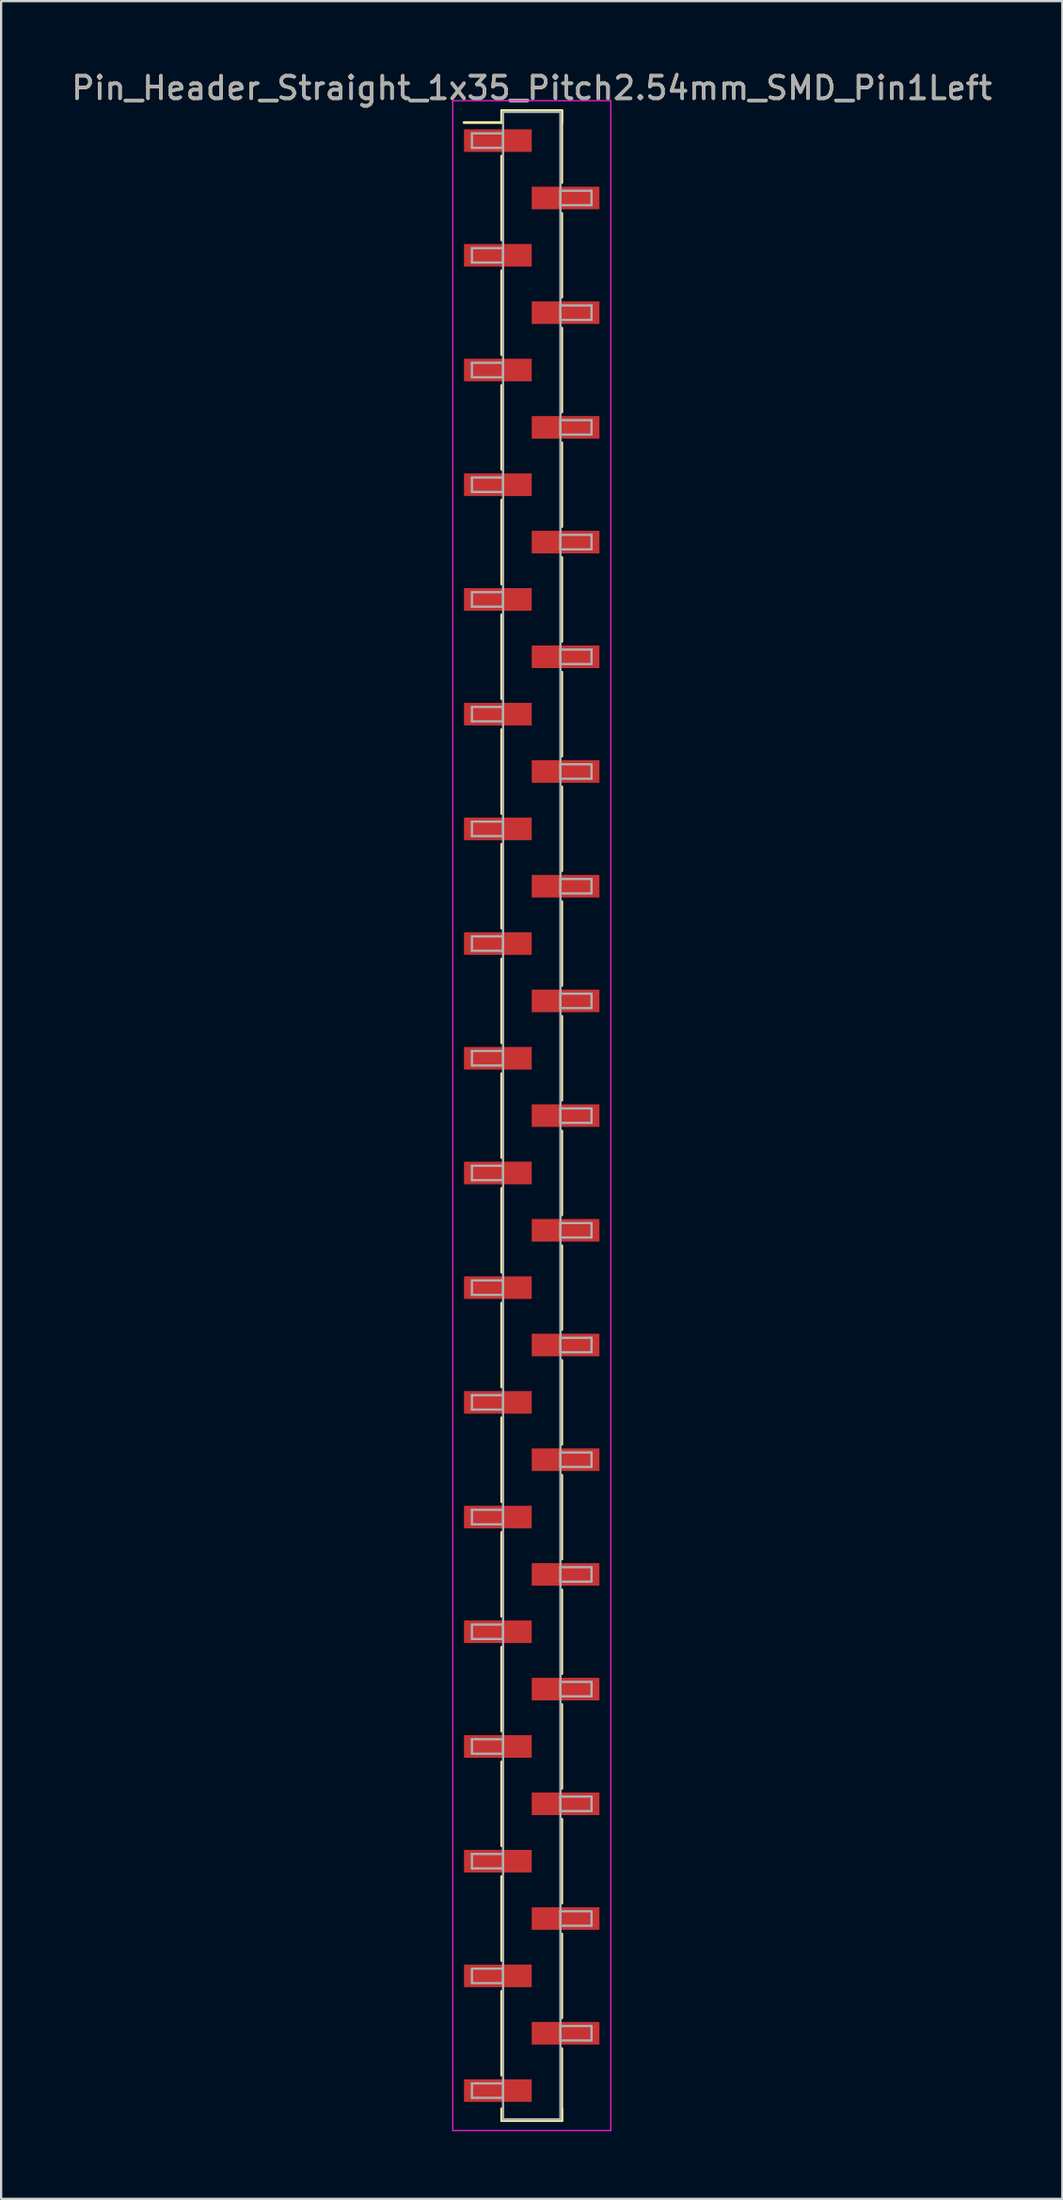
<source format=kicad_pcb>
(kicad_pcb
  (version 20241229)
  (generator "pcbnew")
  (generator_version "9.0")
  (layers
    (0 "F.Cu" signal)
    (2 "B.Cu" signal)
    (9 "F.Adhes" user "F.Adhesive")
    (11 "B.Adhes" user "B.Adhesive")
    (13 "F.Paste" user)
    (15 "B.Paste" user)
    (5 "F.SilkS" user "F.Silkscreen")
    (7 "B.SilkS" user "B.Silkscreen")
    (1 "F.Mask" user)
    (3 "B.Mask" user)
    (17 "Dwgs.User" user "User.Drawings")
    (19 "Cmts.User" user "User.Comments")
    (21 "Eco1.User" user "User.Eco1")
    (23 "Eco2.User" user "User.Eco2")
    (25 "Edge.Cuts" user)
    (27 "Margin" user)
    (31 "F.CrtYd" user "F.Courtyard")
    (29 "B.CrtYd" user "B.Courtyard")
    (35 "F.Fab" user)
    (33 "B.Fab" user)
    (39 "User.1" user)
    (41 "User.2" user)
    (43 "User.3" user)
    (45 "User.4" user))
  (footprint "Pin_Header_Straight_1x35_Pitch2.54mm_SMD_Pin1Left"
    (layer "F.Cu")
    (at 20.506 46.358)
    (property "Reference" "Pin_Header_Straight_1x35_Pitch2.54mm_SMD_Pin1Left" (at 0 -45.51 0) (layer "F.SilkS") (effects (font (size 1 1) (thickness 0.15))))
    (attr smd)
    (fp_line (start -1.33 -44.51) (end 1.33 -44.51) (stroke (width 0.12) (type solid)) (layer "F.SilkS"))
    (fp_line (start -1.33 -43.98) (end -3 -43.98) (stroke (width 0.12) (type solid)) (layer "F.SilkS"))
    (fp_line (start -1.33 -43.98) (end -1.33 -44.51) (stroke (width 0.12) (type solid)) (layer "F.SilkS"))
    (fp_line (start -1.33 -42.5) (end -1.33 -38.78) (stroke (width 0.12) (type solid)) (layer "F.SilkS"))
    (fp_line (start -1.33 -37.42) (end -1.33 -33.7) (stroke (width 0.12) (type solid)) (layer "F.SilkS"))
    (fp_line (start -1.33 -32.34) (end -1.33 -28.62) (stroke (width 0.12) (type solid)) (layer "F.SilkS"))
    (fp_line (start -1.33 -27.26) (end -1.33 -23.54) (stroke (width 0.12) (type solid)) (layer "F.SilkS"))
    (fp_line (start -1.33 -22.18) (end -1.33 -18.46) (stroke (width 0.12) (type solid)) (layer "F.SilkS"))
    (fp_line (start -1.33 -17.1) (end -1.33 -13.38) (stroke (width 0.12) (type solid)) (layer "F.SilkS"))
    (fp_line (start -1.33 -12.02) (end -1.33 -8.3) (stroke (width 0.12) (type solid)) (layer "F.SilkS"))
    (fp_line (start -1.33 -6.94) (end -1.33 -3.22) (stroke (width 0.12) (type solid)) (layer "F.SilkS"))
    (fp_line (start -1.33 -1.86) (end -1.33 1.86) (stroke (width 0.12) (type solid)) (layer "F.SilkS"))
    (fp_line (start -1.33 3.22) (end -1.33 6.94) (stroke (width 0.12) (type solid)) (layer "F.SilkS"))
    (fp_line (start -1.33 8.3) (end -1.33 12.02) (stroke (width 0.12) (type solid)) (layer "F.SilkS"))
    (fp_line (start -1.33 13.38) (end -1.33 17.1) (stroke (width 0.12) (type solid)) (layer "F.SilkS"))
    (fp_line (start -1.33 18.46) (end -1.33 22.18) (stroke (width 0.12) (type solid)) (layer "F.SilkS"))
    (fp_line (start -1.33 23.54) (end -1.33 27.26) (stroke (width 0.12) (type solid)) (layer "F.SilkS"))
    (fp_line (start -1.33 28.62) (end -1.33 32.34) (stroke (width 0.12) (type solid)) (layer "F.SilkS"))
    (fp_line (start -1.33 33.7) (end -1.33 37.42) (stroke (width 0.12) (type solid)) (layer "F.SilkS"))
    (fp_line (start -1.33 38.78) (end -1.33 42.5) (stroke (width 0.12) (type solid)) (layer "F.SilkS"))
    (fp_line (start -1.33 43.98) (end -1.33 44.51) (stroke (width 0.12) (type solid)) (layer "F.SilkS"))
    (fp_line (start -1.33 44.51) (end 1.33 44.51) (stroke (width 0.12) (type solid)) (layer "F.SilkS"))
    (fp_line (start 1.33 -44.51) (end 1.33 -43.98) (stroke (width 0.12) (type solid)) (layer "F.SilkS"))
    (fp_line (start 1.33 -44.51) (end 1.33 -41.32) (stroke (width 0.12) (type solid)) (layer "F.SilkS"))
    (fp_line (start 1.33 -39.96) (end 1.33 -36.24) (stroke (width 0.12) (type solid)) (layer "F.SilkS"))
    (fp_line (start 1.33 -34.88) (end 1.33 -31.16) (stroke (width 0.12) (type solid)) (layer "F.SilkS"))
    (fp_line (start 1.33 -29.8) (end 1.33 -26.08) (stroke (width 0.12) (type solid)) (layer "F.SilkS"))
    (fp_line (start 1.33 -24.72) (end 1.33 -21) (stroke (width 0.12) (type solid)) (layer "F.SilkS"))
    (fp_line (start 1.33 -19.64) (end 1.33 -15.92) (stroke (width 0.12) (type solid)) (layer "F.SilkS"))
    (fp_line (start 1.33 -14.56) (end 1.33 -10.84) (stroke (width 0.12) (type solid)) (layer "F.SilkS"))
    (fp_line (start 1.33 -9.48) (end 1.33 -5.76) (stroke (width 0.12) (type solid)) (layer "F.SilkS"))
    (fp_line (start 1.33 -4.4) (end 1.33 -0.68) (stroke (width 0.12) (type solid)) (layer "F.SilkS"))
    (fp_line (start 1.33 0.68) (end 1.33 4.4) (stroke (width 0.12) (type solid)) (layer "F.SilkS"))
    (fp_line (start 1.33 5.76) (end 1.33 9.48) (stroke (width 0.12) (type solid)) (layer "F.SilkS"))
    (fp_line (start 1.33 10.84) (end 1.33 14.56) (stroke (width 0.12) (type solid)) (layer "F.SilkS"))
    (fp_line (start 1.33 15.92) (end 1.33 19.64) (stroke (width 0.12) (type solid)) (layer "F.SilkS"))
    (fp_line (start 1.33 21) (end 1.33 24.72) (stroke (width 0.12) (type solid)) (layer "F.SilkS"))
    (fp_line (start 1.33 26.08) (end 1.33 29.8) (stroke (width 0.12) (type solid)) (layer "F.SilkS"))
    (fp_line (start 1.33 31.16) (end 1.33 34.88) (stroke (width 0.12) (type solid)) (layer "F.SilkS"))
    (fp_line (start 1.33 36.24) (end 1.33 39.96) (stroke (width 0.12) (type solid)) (layer "F.SilkS"))
    (fp_line (start 1.33 41.32) (end 1.33 44.51) (stroke (width 0.12) (type solid)) (layer "F.SilkS"))
    (fp_line (start 1.33 44.51) (end 1.33 43.98) (stroke (width 0.12) (type solid)) (layer "F.SilkS"))
    (fp_line (start -3.5 -44.95) (end -3.5 44.95) (stroke (width 0.05) (type solid)) (layer "F.CrtYd"))
    (fp_line (start -3.5 44.95) (end 3.5 44.95) (stroke (width 0.05) (type solid)) (layer "F.CrtYd"))
    (fp_line (start 3.5 -44.95) (end -3.5 -44.95) (stroke (width 0.05) (type solid)) (layer "F.CrtYd"))
    (fp_line (start 3.5 44.95) (end 3.5 -44.95) (stroke (width 0.05) (type solid)) (layer "F.CrtYd"))
    (fp_line (start -2.65 -43.5) (end -1.27 -43.5) (stroke (width 0.1) (type solid)) (layer "F.Fab"))
    (fp_line (start -2.65 -42.86) (end -2.65 -43.5) (stroke (width 0.1) (type solid)) (layer "F.Fab"))
    (fp_line (start -2.65 -38.42) (end -1.27 -38.42) (stroke (width 0.1) (type solid)) (layer "F.Fab"))
    (fp_line (start -2.65 -37.78) (end -2.65 -38.42) (stroke (width 0.1) (type solid)) (layer "F.Fab"))
    (fp_line (start -2.65 -33.34) (end -1.27 -33.34) (stroke (width 0.1) (type solid)) (layer "F.Fab"))
    (fp_line (start -2.65 -32.7) (end -2.65 -33.34) (stroke (width 0.1) (type solid)) (layer "F.Fab"))
    (fp_line (start -2.65 -28.26) (end -1.27 -28.26) (stroke (width 0.1) (type solid)) (layer "F.Fab"))
    (fp_line (start -2.65 -27.62) (end -2.65 -28.26) (stroke (width 0.1) (type solid)) (layer "F.Fab"))
    (fp_line (start -2.65 -23.18) (end -1.27 -23.18) (stroke (width 0.1) (type solid)) (layer "F.Fab"))
    (fp_line (start -2.65 -22.54) (end -2.65 -23.18) (stroke (width 0.1) (type solid)) (layer "F.Fab"))
    (fp_line (start -2.65 -18.1) (end -1.27 -18.1) (stroke (width 0.1) (type solid)) (layer "F.Fab"))
    (fp_line (start -2.65 -17.46) (end -2.65 -18.1) (stroke (width 0.1) (type solid)) (layer "F.Fab"))
    (fp_line (start -2.65 -13.02) (end -1.27 -13.02) (stroke (width 0.1) (type solid)) (layer "F.Fab"))
    (fp_line (start -2.65 -12.38) (end -2.65 -13.02) (stroke (width 0.1) (type solid)) (layer "F.Fab"))
    (fp_line (start -2.65 -7.94) (end -1.27 -7.94) (stroke (width 0.1) (type solid)) (layer "F.Fab"))
    (fp_line (start -2.65 -7.3) (end -2.65 -7.94) (stroke (width 0.1) (type solid)) (layer "F.Fab"))
    (fp_line (start -2.65 -2.86) (end -1.27 -2.86) (stroke (width 0.1) (type solid)) (layer "F.Fab"))
    (fp_line (start -2.65 -2.22) (end -2.65 -2.86) (stroke (width 0.1) (type solid)) (layer "F.Fab"))
    (fp_line (start -2.65 2.22) (end -1.27 2.22) (stroke (width 0.1) (type solid)) (layer "F.Fab"))
    (fp_line (start -2.65 2.86) (end -2.65 2.22) (stroke (width 0.1) (type solid)) (layer "F.Fab"))
    (fp_line (start -2.65 7.3) (end -1.27 7.3) (stroke (width 0.1) (type solid)) (layer "F.Fab"))
    (fp_line (start -2.65 7.94) (end -2.65 7.3) (stroke (width 0.1) (type solid)) (layer "F.Fab"))
    (fp_line (start -2.65 12.38) (end -1.27 12.38) (stroke (width 0.1) (type solid)) (layer "F.Fab"))
    (fp_line (start -2.65 13.02) (end -2.65 12.38) (stroke (width 0.1) (type solid)) (layer "F.Fab"))
    (fp_line (start -2.65 17.46) (end -1.27 17.46) (stroke (width 0.1) (type solid)) (layer "F.Fab"))
    (fp_line (start -2.65 18.1) (end -2.65 17.46) (stroke (width 0.1) (type solid)) (layer "F.Fab"))
    (fp_line (start -2.65 22.54) (end -1.27 22.54) (stroke (width 0.1) (type solid)) (layer "F.Fab"))
    (fp_line (start -2.65 23.18) (end -2.65 22.54) (stroke (width 0.1) (type solid)) (layer "F.Fab"))
    (fp_line (start -2.65 27.62) (end -1.27 27.62) (stroke (width 0.1) (type solid)) (layer "F.Fab"))
    (fp_line (start -2.65 28.26) (end -2.65 27.62) (stroke (width 0.1) (type solid)) (layer "F.Fab"))
    (fp_line (start -2.65 32.7) (end -1.27 32.7) (stroke (width 0.1) (type solid)) (layer "F.Fab"))
    (fp_line (start -2.65 33.34) (end -2.65 32.7) (stroke (width 0.1) (type solid)) (layer "F.Fab"))
    (fp_line (start -2.65 37.78) (end -1.27 37.78) (stroke (width 0.1) (type solid)) (layer "F.Fab"))
    (fp_line (start -2.65 38.42) (end -2.65 37.78) (stroke (width 0.1) (type solid)) (layer "F.Fab"))
    (fp_line (start -2.65 42.86) (end -1.27 42.86) (stroke (width 0.1) (type solid)) (layer "F.Fab"))
    (fp_line (start -2.65 43.5) (end -2.65 42.86) (stroke (width 0.1) (type solid)) (layer "F.Fab"))
    (fp_line (start -1.27 -44.45) (end -1.27 44.45) (stroke (width 0.1) (type solid)) (layer "F.Fab"))
    (fp_line (start -1.27 -43.5) (end -1.27 -42.86) (stroke (width 0.1) (type solid)) (layer "F.Fab"))
    (fp_line (start -1.27 -42.86) (end -2.65 -42.86) (stroke (width 0.1) (type solid)) (layer "F.Fab"))
    (fp_line (start -1.27 -38.42) (end -1.27 -37.78) (stroke (width 0.1) (type solid)) (layer "F.Fab"))
    (fp_line (start -1.27 -37.78) (end -2.65 -37.78) (stroke (width 0.1) (type solid)) (layer "F.Fab"))
    (fp_line (start -1.27 -33.34) (end -1.27 -32.7) (stroke (width 0.1) (type solid)) (layer "F.Fab"))
    (fp_line (start -1.27 -32.7) (end -2.65 -32.7) (stroke (width 0.1) (type solid)) (layer "F.Fab"))
    (fp_line (start -1.27 -28.26) (end -1.27 -27.62) (stroke (width 0.1) (type solid)) (layer "F.Fab"))
    (fp_line (start -1.27 -27.62) (end -2.65 -27.62) (stroke (width 0.1) (type solid)) (layer "F.Fab"))
    (fp_line (start -1.27 -23.18) (end -1.27 -22.54) (stroke (width 0.1) (type solid)) (layer "F.Fab"))
    (fp_line (start -1.27 -22.54) (end -2.65 -22.54) (stroke (width 0.1) (type solid)) (layer "F.Fab"))
    (fp_line (start -1.27 -18.1) (end -1.27 -17.46) (stroke (width 0.1) (type solid)) (layer "F.Fab"))
    (fp_line (start -1.27 -17.46) (end -2.65 -17.46) (stroke (width 0.1) (type solid)) (layer "F.Fab"))
    (fp_line (start -1.27 -13.02) (end -1.27 -12.38) (stroke (width 0.1) (type solid)) (layer "F.Fab"))
    (fp_line (start -1.27 -12.38) (end -2.65 -12.38) (stroke (width 0.1) (type solid)) (layer "F.Fab"))
    (fp_line (start -1.27 -7.94) (end -1.27 -7.3) (stroke (width 0.1) (type solid)) (layer "F.Fab"))
    (fp_line (start -1.27 -7.3) (end -2.65 -7.3) (stroke (width 0.1) (type solid)) (layer "F.Fab"))
    (fp_line (start -1.27 -2.86) (end -1.27 -2.22) (stroke (width 0.1) (type solid)) (layer "F.Fab"))
    (fp_line (start -1.27 -2.22) (end -2.65 -2.22) (stroke (width 0.1) (type solid)) (layer "F.Fab"))
    (fp_line (start -1.27 2.22) (end -1.27 2.86) (stroke (width 0.1) (type solid)) (layer "F.Fab"))
    (fp_line (start -1.27 2.86) (end -2.65 2.86) (stroke (width 0.1) (type solid)) (layer "F.Fab"))
    (fp_line (start -1.27 7.3) (end -1.27 7.94) (stroke (width 0.1) (type solid)) (layer "F.Fab"))
    (fp_line (start -1.27 7.94) (end -2.65 7.94) (stroke (width 0.1) (type solid)) (layer "F.Fab"))
    (fp_line (start -1.27 12.38) (end -1.27 13.02) (stroke (width 0.1) (type solid)) (layer "F.Fab"))
    (fp_line (start -1.27 13.02) (end -2.65 13.02) (stroke (width 0.1) (type solid)) (layer "F.Fab"))
    (fp_line (start -1.27 17.46) (end -1.27 18.1) (stroke (width 0.1) (type solid)) (layer "F.Fab"))
    (fp_line (start -1.27 18.1) (end -2.65 18.1) (stroke (width 0.1) (type solid)) (layer "F.Fab"))
    (fp_line (start -1.27 22.54) (end -1.27 23.18) (stroke (width 0.1) (type solid)) (layer "F.Fab"))
    (fp_line (start -1.27 23.18) (end -2.65 23.18) (stroke (width 0.1) (type solid)) (layer "F.Fab"))
    (fp_line (start -1.27 27.62) (end -1.27 28.26) (stroke (width 0.1) (type solid)) (layer "F.Fab"))
    (fp_line (start -1.27 28.26) (end -2.65 28.26) (stroke (width 0.1) (type solid)) (layer "F.Fab"))
    (fp_line (start -1.27 32.7) (end -1.27 33.34) (stroke (width 0.1) (type solid)) (layer "F.Fab"))
    (fp_line (start -1.27 33.34) (end -2.65 33.34) (stroke (width 0.1) (type solid)) (layer "F.Fab"))
    (fp_line (start -1.27 37.78) (end -1.27 38.42) (stroke (width 0.1) (type solid)) (layer "F.Fab"))
    (fp_line (start -1.27 38.42) (end -2.65 38.42) (stroke (width 0.1) (type solid)) (layer "F.Fab"))
    (fp_line (start -1.27 42.86) (end -1.27 43.5) (stroke (width 0.1) (type solid)) (layer "F.Fab"))
    (fp_line (start -1.27 43.5) (end -2.65 43.5) (stroke (width 0.1) (type solid)) (layer "F.Fab"))
    (fp_line (start -1.27 44.45) (end 1.27 44.45) (stroke (width 0.1) (type solid)) (layer "F.Fab"))
    (fp_line (start 1.27 -44.45) (end -1.27 -44.45) (stroke (width 0.1) (type solid)) (layer "F.Fab"))
    (fp_line (start 1.27 -40.96) (end 1.27 -40.32) (stroke (width 0.1) (type solid)) (layer "F.Fab"))
    (fp_line (start 1.27 -40.32) (end 2.65 -40.32) (stroke (width 0.1) (type solid)) (layer "F.Fab"))
    (fp_line (start 1.27 -35.88) (end 1.27 -35.24) (stroke (width 0.1) (type solid)) (layer "F.Fab"))
    (fp_line (start 1.27 -35.24) (end 2.65 -35.24) (stroke (width 0.1) (type solid)) (layer "F.Fab"))
    (fp_line (start 1.27 -30.8) (end 1.27 -30.16) (stroke (width 0.1) (type solid)) (layer "F.Fab"))
    (fp_line (start 1.27 -30.16) (end 2.65 -30.16) (stroke (width 0.1) (type solid)) (layer "F.Fab"))
    (fp_line (start 1.27 -25.72) (end 1.27 -25.08) (stroke (width 0.1) (type solid)) (layer "F.Fab"))
    (fp_line (start 1.27 -25.08) (end 2.65 -25.08) (stroke (width 0.1) (type solid)) (layer "F.Fab"))
    (fp_line (start 1.27 -20.64) (end 1.27 -20) (stroke (width 0.1) (type solid)) (layer "F.Fab"))
    (fp_line (start 1.27 -20) (end 2.65 -20) (stroke (width 0.1) (type solid)) (layer "F.Fab"))
    (fp_line (start 1.27 -15.56) (end 1.27 -14.92) (stroke (width 0.1) (type solid)) (layer "F.Fab"))
    (fp_line (start 1.27 -14.92) (end 2.65 -14.92) (stroke (width 0.1) (type solid)) (layer "F.Fab"))
    (fp_line (start 1.27 -10.48) (end 1.27 -9.84) (stroke (width 0.1) (type solid)) (layer "F.Fab"))
    (fp_line (start 1.27 -9.84) (end 2.65 -9.84) (stroke (width 0.1) (type solid)) (layer "F.Fab"))
    (fp_line (start 1.27 -5.4) (end 1.27 -4.76) (stroke (width 0.1) (type solid)) (layer "F.Fab"))
    (fp_line (start 1.27 -4.76) (end 2.65 -4.76) (stroke (width 0.1) (type solid)) (layer "F.Fab"))
    (fp_line (start 1.27 -0.32) (end 1.27 0.32) (stroke (width 0.1) (type solid)) (layer "F.Fab"))
    (fp_line (start 1.27 0.32) (end 2.65 0.32) (stroke (width 0.1) (type solid)) (layer "F.Fab"))
    (fp_line (start 1.27 4.76) (end 1.27 5.4) (stroke (width 0.1) (type solid)) (layer "F.Fab"))
    (fp_line (start 1.27 5.4) (end 2.65 5.4) (stroke (width 0.1) (type solid)) (layer "F.Fab"))
    (fp_line (start 1.27 9.84) (end 1.27 10.48) (stroke (width 0.1) (type solid)) (layer "F.Fab"))
    (fp_line (start 1.27 10.48) (end 2.65 10.48) (stroke (width 0.1) (type solid)) (layer "F.Fab"))
    (fp_line (start 1.27 14.92) (end 1.27 15.56) (stroke (width 0.1) (type solid)) (layer "F.Fab"))
    (fp_line (start 1.27 15.56) (end 2.65 15.56) (stroke (width 0.1) (type solid)) (layer "F.Fab"))
    (fp_line (start 1.27 20) (end 1.27 20.64) (stroke (width 0.1) (type solid)) (layer "F.Fab"))
    (fp_line (start 1.27 20.64) (end 2.65 20.64) (stroke (width 0.1) (type solid)) (layer "F.Fab"))
    (fp_line (start 1.27 25.08) (end 1.27 25.72) (stroke (width 0.1) (type solid)) (layer "F.Fab"))
    (fp_line (start 1.27 25.72) (end 2.65 25.72) (stroke (width 0.1) (type solid)) (layer "F.Fab"))
    (fp_line (start 1.27 30.16) (end 1.27 30.8) (stroke (width 0.1) (type solid)) (layer "F.Fab"))
    (fp_line (start 1.27 30.8) (end 2.65 30.8) (stroke (width 0.1) (type solid)) (layer "F.Fab"))
    (fp_line (start 1.27 35.24) (end 1.27 35.88) (stroke (width 0.1) (type solid)) (layer "F.Fab"))
    (fp_line (start 1.27 35.88) (end 2.65 35.88) (stroke (width 0.1) (type solid)) (layer "F.Fab"))
    (fp_line (start 1.27 40.32) (end 1.27 40.96) (stroke (width 0.1) (type solid)) (layer "F.Fab"))
    (fp_line (start 1.27 40.96) (end 2.65 40.96) (stroke (width 0.1) (type solid)) (layer "F.Fab"))
    (fp_line (start 1.27 44.45) (end 1.27 -44.45) (stroke (width 0.1) (type solid)) (layer "F.Fab"))
    (fp_line (start 2.65 -40.96) (end 1.27 -40.96) (stroke (width 0.1) (type solid)) (layer "F.Fab"))
    (fp_line (start 2.65 -40.32) (end 2.65 -40.96) (stroke (width 0.1) (type solid)) (layer "F.Fab"))
    (fp_line (start 2.65 -35.88) (end 1.27 -35.88) (stroke (width 0.1) (type solid)) (layer "F.Fab"))
    (fp_line (start 2.65 -35.24) (end 2.65 -35.88) (stroke (width 0.1) (type solid)) (layer "F.Fab"))
    (fp_line (start 2.65 -30.8) (end 1.27 -30.8) (stroke (width 0.1) (type solid)) (layer "F.Fab"))
    (fp_line (start 2.65 -30.16) (end 2.65 -30.8) (stroke (width 0.1) (type solid)) (layer "F.Fab"))
    (fp_line (start 2.65 -25.72) (end 1.27 -25.72) (stroke (width 0.1) (type solid)) (layer "F.Fab"))
    (fp_line (start 2.65 -25.08) (end 2.65 -25.72) (stroke (width 0.1) (type solid)) (layer "F.Fab"))
    (fp_line (start 2.65 -20.64) (end 1.27 -20.64) (stroke (width 0.1) (type solid)) (layer "F.Fab"))
    (fp_line (start 2.65 -20) (end 2.65 -20.64) (stroke (width 0.1) (type solid)) (layer "F.Fab"))
    (fp_line (start 2.65 -15.56) (end 1.27 -15.56) (stroke (width 0.1) (type solid)) (layer "F.Fab"))
    (fp_line (start 2.65 -14.92) (end 2.65 -15.56) (stroke (width 0.1) (type solid)) (layer "F.Fab"))
    (fp_line (start 2.65 -10.48) (end 1.27 -10.48) (stroke (width 0.1) (type solid)) (layer "F.Fab"))
    (fp_line (start 2.65 -9.84) (end 2.65 -10.48) (stroke (width 0.1) (type solid)) (layer "F.Fab"))
    (fp_line (start 2.65 -5.4) (end 1.27 -5.4) (stroke (width 0.1) (type solid)) (layer "F.Fab"))
    (fp_line (start 2.65 -4.76) (end 2.65 -5.4) (stroke (width 0.1) (type solid)) (layer "F.Fab"))
    (fp_line (start 2.65 -0.32) (end 1.27 -0.32) (stroke (width 0.1) (type solid)) (layer "F.Fab"))
    (fp_line (start 2.65 0.32) (end 2.65 -0.32) (stroke (width 0.1) (type solid)) (layer "F.Fab"))
    (fp_line (start 2.65 4.76) (end 1.27 4.76) (stroke (width 0.1) (type solid)) (layer "F.Fab"))
    (fp_line (start 2.65 5.4) (end 2.65 4.76) (stroke (width 0.1) (type solid)) (layer "F.Fab"))
    (fp_line (start 2.65 9.84) (end 1.27 9.84) (stroke (width 0.1) (type solid)) (layer "F.Fab"))
    (fp_line (start 2.65 10.48) (end 2.65 9.84) (stroke (width 0.1) (type solid)) (layer "F.Fab"))
    (fp_line (start 2.65 14.92) (end 1.27 14.92) (stroke (width 0.1) (type solid)) (layer "F.Fab"))
    (fp_line (start 2.65 15.56) (end 2.65 14.92) (stroke (width 0.1) (type solid)) (layer "F.Fab"))
    (fp_line (start 2.65 20) (end 1.27 20) (stroke (width 0.1) (type solid)) (layer "F.Fab"))
    (fp_line (start 2.65 20.64) (end 2.65 20) (stroke (width 0.1) (type solid)) (layer "F.Fab"))
    (fp_line (start 2.65 25.08) (end 1.27 25.08) (stroke (width 0.1) (type solid)) (layer "F.Fab"))
    (fp_line (start 2.65 25.72) (end 2.65 25.08) (stroke (width 0.1) (type solid)) (layer "F.Fab"))
    (fp_line (start 2.65 30.16) (end 1.27 30.16) (stroke (width 0.1) (type solid)) (layer "F.Fab"))
    (fp_line (start 2.65 30.8) (end 2.65 30.16) (stroke (width 0.1) (type solid)) (layer "F.Fab"))
    (fp_line (start 2.65 35.24) (end 1.27 35.24) (stroke (width 0.1) (type solid)) (layer "F.Fab"))
    (fp_line (start 2.65 35.88) (end 2.65 35.24) (stroke (width 0.1) (type solid)) (layer "F.Fab"))
    (fp_line (start 2.65 40.32) (end 1.27 40.32) (stroke (width 0.1) (type solid)) (layer "F.Fab"))
    (fp_line (start 2.65 40.96) (end 2.65 40.32) (stroke (width 0.1) (type solid)) (layer "F.Fab"))
    (fp_text user "${REFERENCE}" (at 0 -45.51 0) (layer "F.Fab") (effects (font (size 1 1) (thickness 0.15))))
    (pad "1" smd rect (at -1.5 -43.18) (size 3 1) (layers "F.Cu" "F.Mask" "F.Paste"))
    (pad "2" smd rect (at 1.5 -40.64) (size 3 1) (layers "F.Cu" "F.Mask" "F.Paste"))
    (pad "3" smd rect (at -1.5 -38.1) (size 3 1) (layers "F.Cu" "F.Mask" "F.Paste"))
    (pad "4" smd rect (at 1.5 -35.56) (size 3 1) (layers "F.Cu" "F.Mask" "F.Paste"))
    (pad "5" smd rect (at -1.5 -33.02) (size 3 1) (layers "F.Cu" "F.Mask" "F.Paste"))
    (pad "6" smd rect (at 1.5 -30.48) (size 3 1) (layers "F.Cu" "F.Mask" "F.Paste"))
    (pad "7" smd rect (at -1.5 -27.94) (size 3 1) (layers "F.Cu" "F.Mask" "F.Paste"))
    (pad "8" smd rect (at 1.5 -25.4) (size 3 1) (layers "F.Cu" "F.Mask" "F.Paste"))
    (pad "9" smd rect (at -1.5 -22.86) (size 3 1) (layers "F.Cu" "F.Mask" "F.Paste"))
    (pad "10" smd rect (at 1.5 -20.32) (size 3 1) (layers "F.Cu" "F.Mask" "F.Paste"))
    (pad "11" smd rect (at -1.5 -17.78) (size 3 1) (layers "F.Cu" "F.Mask" "F.Paste"))
    (pad "12" smd rect (at 1.5 -15.24) (size 3 1) (layers "F.Cu" "F.Mask" "F.Paste"))
    (pad "13" smd rect (at -1.5 -12.7) (size 3 1) (layers "F.Cu" "F.Mask" "F.Paste"))
    (pad "14" smd rect (at 1.5 -10.16) (size 3 1) (layers "F.Cu" "F.Mask" "F.Paste"))
    (pad "15" smd rect (at -1.5 -7.62) (size 3 1) (layers "F.Cu" "F.Mask" "F.Paste"))
    (pad "16" smd rect (at 1.5 -5.08) (size 3 1) (layers "F.Cu" "F.Mask" "F.Paste"))
    (pad "17" smd rect (at -1.5 -2.54) (size 3 1) (layers "F.Cu" "F.Mask" "F.Paste"))
    (pad "18" smd rect (at 1.5 0) (size 3 1) (layers "F.Cu" "F.Mask" "F.Paste"))
    (pad "19" smd rect (at -1.5 2.54) (size 3 1) (layers "F.Cu" "F.Mask" "F.Paste"))
    (pad "20" smd rect (at 1.5 5.08) (size 3 1) (layers "F.Cu" "F.Mask" "F.Paste"))
    (pad "21" smd rect (at -1.5 7.62) (size 3 1) (layers "F.Cu" "F.Mask" "F.Paste"))
    (pad "22" smd rect (at 1.5 10.16) (size 3 1) (layers "F.Cu" "F.Mask" "F.Paste"))
    (pad "23" smd rect (at -1.5 12.7) (size 3 1) (layers "F.Cu" "F.Mask" "F.Paste"))
    (pad "24" smd rect (at 1.5 15.24) (size 3 1) (layers "F.Cu" "F.Mask" "F.Paste"))
    (pad "25" smd rect (at -1.5 17.78) (size 3 1) (layers "F.Cu" "F.Mask" "F.Paste"))
    (pad "26" smd rect (at 1.5 20.32) (size 3 1) (layers "F.Cu" "F.Mask" "F.Paste"))
    (pad "27" smd rect (at -1.5 22.86) (size 3 1) (layers "F.Cu" "F.Mask" "F.Paste"))
    (pad "28" smd rect (at 1.5 25.4) (size 3 1) (layers "F.Cu" "F.Mask" "F.Paste"))
    (pad "29" smd rect (at -1.5 27.94) (size 3 1) (layers "F.Cu" "F.Mask" "F.Paste"))
    (pad "30" smd rect (at 1.5 30.48) (size 3 1) (layers "F.Cu" "F.Mask" "F.Paste"))
    (pad "31" smd rect (at -1.5 33.02) (size 3 1) (layers "F.Cu" "F.Mask" "F.Paste"))
    (pad "32" smd rect (at 1.5 35.56) (size 3 1) (layers "F.Cu" "F.Mask" "F.Paste"))
    (pad "33" smd rect (at -1.5 38.1) (size 3 1) (layers "F.Cu" "F.Mask" "F.Paste"))
    (pad "34" smd rect (at 1.5 40.64) (size 3 1) (layers "F.Cu" "F.Mask" "F.Paste"))
    (pad "35" smd rect (at -1.5 43.18) (size 3 1) (layers "F.Cu" "F.Mask" "F.Paste")))
  (gr_rect
    (start -3 -3)
    (end 44.012 94.333)
    (stroke (width 0.1) (type default))
    (fill no)
    (layer "Edge.Cuts")))
</source>
